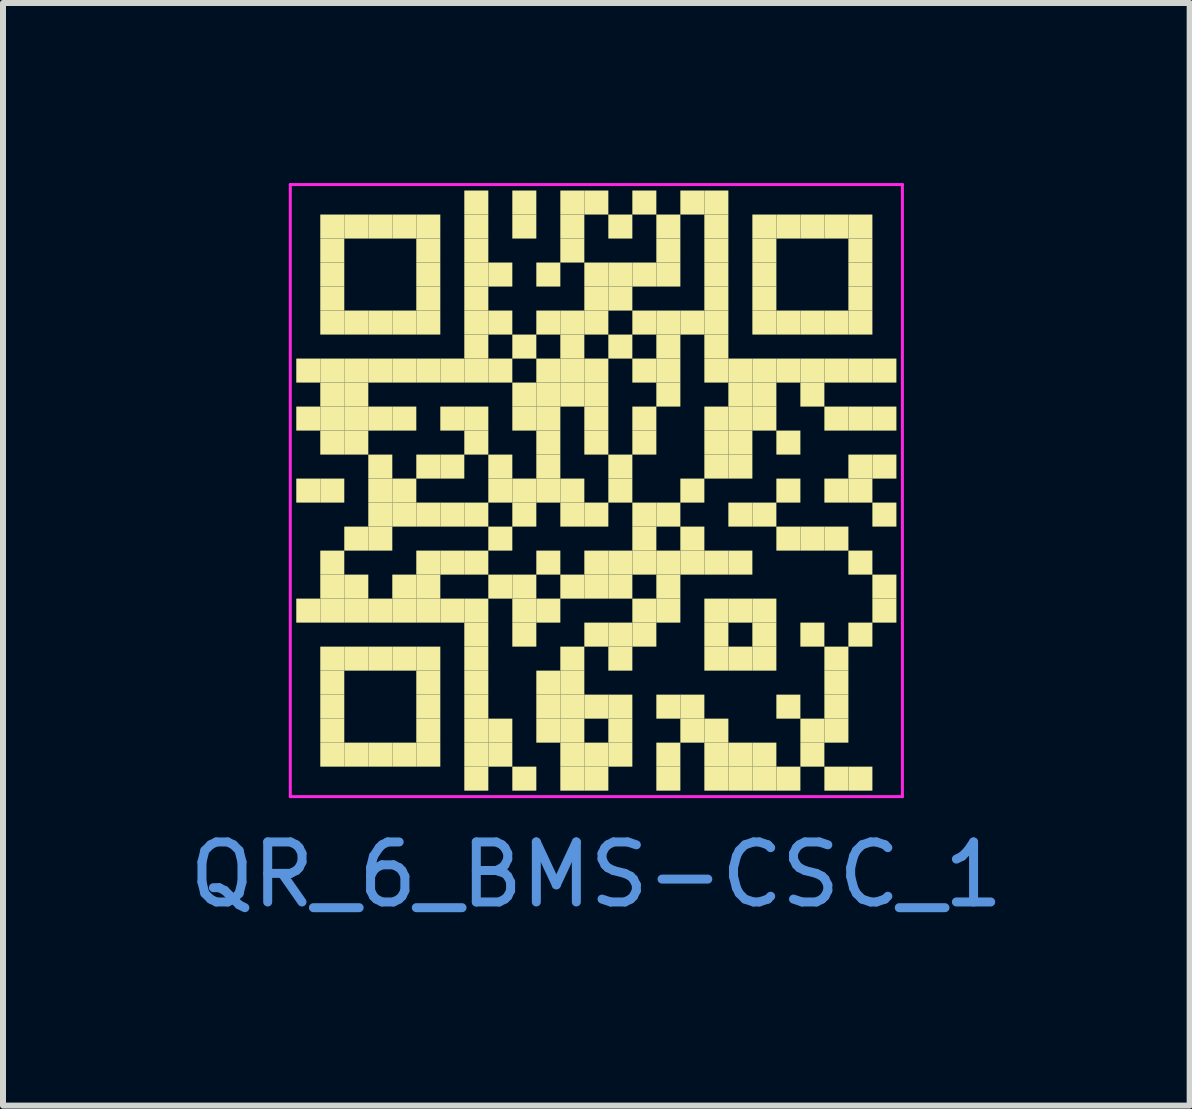
<source format=kicad_pcb>
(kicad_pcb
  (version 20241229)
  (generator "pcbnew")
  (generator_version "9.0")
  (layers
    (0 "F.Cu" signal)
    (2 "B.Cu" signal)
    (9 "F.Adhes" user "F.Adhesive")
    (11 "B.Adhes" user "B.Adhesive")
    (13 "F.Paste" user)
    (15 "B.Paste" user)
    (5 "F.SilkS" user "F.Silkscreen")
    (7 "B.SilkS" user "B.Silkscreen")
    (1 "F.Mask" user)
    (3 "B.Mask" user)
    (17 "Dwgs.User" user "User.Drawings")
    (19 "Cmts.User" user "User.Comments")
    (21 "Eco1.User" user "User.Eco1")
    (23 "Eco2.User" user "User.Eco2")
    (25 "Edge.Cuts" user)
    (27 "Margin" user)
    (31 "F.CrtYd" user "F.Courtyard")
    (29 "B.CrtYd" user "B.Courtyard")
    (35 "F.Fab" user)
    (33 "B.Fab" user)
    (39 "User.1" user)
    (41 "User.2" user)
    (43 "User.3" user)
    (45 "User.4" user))
  (footprint "QR_6_BMS-CSC_1"
    (layer "F.Cu")
    (at 6.887 5.125)
    (property "Reference" "QR_6_BMS-CSC_1" (at 0 6.4 0) (layer "Cmts.User") (effects (font (size 1 1) (thickness 0.15))))
    (fp_rect (start -5 -2.2) (end -4.6 -1.8) (stroke (width 0) (type solid)) (fill yes) (layer "F.SilkS"))
    (fp_rect (start -5 -1.4) (end -4.6 -1) (stroke (width 0) (type solid)) (fill yes) (layer "F.SilkS"))
    (fp_rect (start -5 -0.2) (end -4.6 0.2) (stroke (width 0) (type solid)) (fill yes) (layer "F.SilkS"))
    (fp_rect (start -5 1.8) (end -4.6 2.2) (stroke (width 0) (type solid)) (fill yes) (layer "F.SilkS"))
    (fp_rect (start -4.6 -4.6) (end -4.2 -4.2) (stroke (width 0) (type solid)) (fill yes) (layer "F.SilkS"))
    (fp_rect (start -4.6 -4.2) (end -4.2 -3.8) (stroke (width 0) (type solid)) (fill yes) (layer "F.SilkS"))
    (fp_rect (start -4.6 -3.8) (end -4.2 -3.4) (stroke (width 0) (type solid)) (fill yes) (layer "F.SilkS"))
    (fp_rect (start -4.6 -3.4) (end -4.2 -3) (stroke (width 0) (type solid)) (fill yes) (layer "F.SilkS"))
    (fp_rect (start -4.6 -3) (end -4.2 -2.6) (stroke (width 0) (type solid)) (fill yes) (layer "F.SilkS"))
    (fp_rect (start -4.6 -2.2) (end -4.2 -1.8) (stroke (width 0) (type solid)) (fill yes) (layer "F.SilkS"))
    (fp_rect (start -4.6 -1.8) (end -4.2 -1.4) (stroke (width 0) (type solid)) (fill yes) (layer "F.SilkS"))
    (fp_rect (start -4.6 -1.4) (end -4.2 -1) (stroke (width 0) (type solid)) (fill yes) (layer "F.SilkS"))
    (fp_rect (start -4.6 -1) (end -4.2 -0.6) (stroke (width 0) (type solid)) (fill yes) (layer "F.SilkS"))
    (fp_rect (start -4.6 -0.2) (end -4.2 0.2) (stroke (width 0) (type solid)) (fill yes) (layer "F.SilkS"))
    (fp_rect (start -4.6 1) (end -4.2 1.4) (stroke (width 0) (type solid)) (fill yes) (layer "F.SilkS"))
    (fp_rect (start -4.6 1.4) (end -4.2 1.8) (stroke (width 0) (type solid)) (fill yes) (layer "F.SilkS"))
    (fp_rect (start -4.6 1.8) (end -4.2 2.2) (stroke (width 0) (type solid)) (fill yes) (layer "F.SilkS"))
    (fp_rect (start -4.6 2.6) (end -4.2 3) (stroke (width 0) (type solid)) (fill yes) (layer "F.SilkS"))
    (fp_rect (start -4.6 3) (end -4.2 3.4) (stroke (width 0) (type solid)) (fill yes) (layer "F.SilkS"))
    (fp_rect (start -4.6 3.4) (end -4.2 3.8) (stroke (width 0) (type solid)) (fill yes) (layer "F.SilkS"))
    (fp_rect (start -4.6 3.8) (end -4.2 4.2) (stroke (width 0) (type solid)) (fill yes) (layer "F.SilkS"))
    (fp_rect (start -4.6 4.2) (end -4.2 4.6) (stroke (width 0) (type solid)) (fill yes) (layer "F.SilkS"))
    (fp_rect (start -4.2 -4.6) (end -3.8 -4.2) (stroke (width 0) (type solid)) (fill yes) (layer "F.SilkS"))
    (fp_rect (start -4.2 -3) (end -3.8 -2.6) (stroke (width 0) (type solid)) (fill yes) (layer "F.SilkS"))
    (fp_rect (start -4.2 -2.2) (end -3.8 -1.8) (stroke (width 0) (type solid)) (fill yes) (layer "F.SilkS"))
    (fp_rect (start -4.2 -1.8) (end -3.8 -1.4) (stroke (width 0) (type solid)) (fill yes) (layer "F.SilkS"))
    (fp_rect (start -4.2 -1.4) (end -3.8 -1) (stroke (width 0) (type solid)) (fill yes) (layer "F.SilkS"))
    (fp_rect (start -4.2 -1) (end -3.8 -0.6) (stroke (width 0) (type solid)) (fill yes) (layer "F.SilkS"))
    (fp_rect (start -4.2 0.6) (end -3.8 1) (stroke (width 0) (type solid)) (fill yes) (layer "F.SilkS"))
    (fp_rect (start -4.2 1.4) (end -3.8 1.8) (stroke (width 0) (type solid)) (fill yes) (layer "F.SilkS"))
    (fp_rect (start -4.2 1.8) (end -3.8 2.2) (stroke (width 0) (type solid)) (fill yes) (layer "F.SilkS"))
    (fp_rect (start -4.2 2.6) (end -3.8 3) (stroke (width 0) (type solid)) (fill yes) (layer "F.SilkS"))
    (fp_rect (start -4.2 4.2) (end -3.8 4.6) (stroke (width 0) (type solid)) (fill yes) (layer "F.SilkS"))
    (fp_rect (start -3.8 -4.6) (end -3.4 -4.2) (stroke (width 0) (type solid)) (fill yes) (layer "F.SilkS"))
    (fp_rect (start -3.8 -3) (end -3.4 -2.6) (stroke (width 0) (type solid)) (fill yes) (layer "F.SilkS"))
    (fp_rect (start -3.8 -2.2) (end -3.4 -1.8) (stroke (width 0) (type solid)) (fill yes) (layer "F.SilkS"))
    (fp_rect (start -3.8 -1.4) (end -3.4 -1) (stroke (width 0) (type solid)) (fill yes) (layer "F.SilkS"))
    (fp_rect (start -3.8 -0.6) (end -3.4 -0.2) (stroke (width 0) (type solid)) (fill yes) (layer "F.SilkS"))
    (fp_rect (start -3.8 -0.2) (end -3.4 0.2) (stroke (width 0) (type solid)) (fill yes) (layer "F.SilkS"))
    (fp_rect (start -3.8 0.2) (end -3.4 0.6) (stroke (width 0) (type solid)) (fill yes) (layer "F.SilkS"))
    (fp_rect (start -3.8 0.6) (end -3.4 1) (stroke (width 0) (type solid)) (fill yes) (layer "F.SilkS"))
    (fp_rect (start -3.8 1.8) (end -3.4 2.2) (stroke (width 0) (type solid)) (fill yes) (layer "F.SilkS"))
    (fp_rect (start -3.8 2.6) (end -3.4 3) (stroke (width 0) (type solid)) (fill yes) (layer "F.SilkS"))
    (fp_rect (start -3.8 4.2) (end -3.4 4.6) (stroke (width 0) (type solid)) (fill yes) (layer "F.SilkS"))
    (fp_rect (start -3.4 -4.6) (end -3 -4.2) (stroke (width 0) (type solid)) (fill yes) (layer "F.SilkS"))
    (fp_rect (start -3.4 -3) (end -3 -2.6) (stroke (width 0) (type solid)) (fill yes) (layer "F.SilkS"))
    (fp_rect (start -3.4 -2.2) (end -3 -1.8) (stroke (width 0) (type solid)) (fill yes) (layer "F.SilkS"))
    (fp_rect (start -3.4 -1.4) (end -3 -1) (stroke (width 0) (type solid)) (fill yes) (layer "F.SilkS"))
    (fp_rect (start -3.4 -0.2) (end -3 0.2) (stroke (width 0) (type solid)) (fill yes) (layer "F.SilkS"))
    (fp_rect (start -3.4 0.2) (end -3 0.6) (stroke (width 0) (type solid)) (fill yes) (layer "F.SilkS"))
    (fp_rect (start -3.4 1.4) (end -3 1.8) (stroke (width 0) (type solid)) (fill yes) (layer "F.SilkS"))
    (fp_rect (start -3.4 1.8) (end -3 2.2) (stroke (width 0) (type solid)) (fill yes) (layer "F.SilkS"))
    (fp_rect (start -3.4 2.6) (end -3 3) (stroke (width 0) (type solid)) (fill yes) (layer "F.SilkS"))
    (fp_rect (start -3.4 4.2) (end -3 4.6) (stroke (width 0) (type solid)) (fill yes) (layer "F.SilkS"))
    (fp_rect (start -3 -4.6) (end -2.6 -4.2) (stroke (width 0) (type solid)) (fill yes) (layer "F.SilkS"))
    (fp_rect (start -3 -4.2) (end -2.6 -3.8) (stroke (width 0) (type solid)) (fill yes) (layer "F.SilkS"))
    (fp_rect (start -3 -3.8) (end -2.6 -3.4) (stroke (width 0) (type solid)) (fill yes) (layer "F.SilkS"))
    (fp_rect (start -3 -3.4) (end -2.6 -3) (stroke (width 0) (type solid)) (fill yes) (layer "F.SilkS"))
    (fp_rect (start -3 -3) (end -2.6 -2.6) (stroke (width 0) (type solid)) (fill yes) (layer "F.SilkS"))
    (fp_rect (start -3 -2.2) (end -2.6 -1.8) (stroke (width 0) (type solid)) (fill yes) (layer "F.SilkS"))
    (fp_rect (start -3 -0.6) (end -2.6 -0.2) (stroke (width 0) (type solid)) (fill yes) (layer "F.SilkS"))
    (fp_rect (start -3 0.2) (end -2.6 0.6) (stroke (width 0) (type solid)) (fill yes) (layer "F.SilkS"))
    (fp_rect (start -3 1) (end -2.6 1.4) (stroke (width 0) (type solid)) (fill yes) (layer "F.SilkS"))
    (fp_rect (start -3 1.4) (end -2.6 1.8) (stroke (width 0) (type solid)) (fill yes) (layer "F.SilkS"))
    (fp_rect (start -3 1.8) (end -2.6 2.2) (stroke (width 0) (type solid)) (fill yes) (layer "F.SilkS"))
    (fp_rect (start -3 2.6) (end -2.6 3) (stroke (width 0) (type solid)) (fill yes) (layer "F.SilkS"))
    (fp_rect (start -3 3) (end -2.6 3.4) (stroke (width 0) (type solid)) (fill yes) (layer "F.SilkS"))
    (fp_rect (start -3 3.4) (end -2.6 3.8) (stroke (width 0) (type solid)) (fill yes) (layer "F.SilkS"))
    (fp_rect (start -3 3.8) (end -2.6 4.2) (stroke (width 0) (type solid)) (fill yes) (layer "F.SilkS"))
    (fp_rect (start -3 4.2) (end -2.6 4.6) (stroke (width 0) (type solid)) (fill yes) (layer "F.SilkS"))
    (fp_rect (start -2.6 -2.2) (end -2.2 -1.8) (stroke (width 0) (type solid)) (fill yes) (layer "F.SilkS"))
    (fp_rect (start -2.6 -1.4) (end -2.2 -1) (stroke (width 0) (type solid)) (fill yes) (layer "F.SilkS"))
    (fp_rect (start -2.6 -0.6) (end -2.2 -0.2) (stroke (width 0) (type solid)) (fill yes) (layer "F.SilkS"))
    (fp_rect (start -2.6 0.2) (end -2.2 0.6) (stroke (width 0) (type solid)) (fill yes) (layer "F.SilkS"))
    (fp_rect (start -2.6 1) (end -2.2 1.4) (stroke (width 0) (type solid)) (fill yes) (layer "F.SilkS"))
    (fp_rect (start -2.6 1.8) (end -2.2 2.2) (stroke (width 0) (type solid)) (fill yes) (layer "F.SilkS"))
    (fp_rect (start -2.2 -5) (end -1.8 -4.6) (stroke (width 0) (type solid)) (fill yes) (layer "F.SilkS"))
    (fp_rect (start -2.2 -4.6) (end -1.8 -4.2) (stroke (width 0) (type solid)) (fill yes) (layer "F.SilkS"))
    (fp_rect (start -2.2 -4.2) (end -1.8 -3.8) (stroke (width 0) (type solid)) (fill yes) (layer "F.SilkS"))
    (fp_rect (start -2.2 -3.8) (end -1.8 -3.4) (stroke (width 0) (type solid)) (fill yes) (layer "F.SilkS"))
    (fp_rect (start -2.2 -3.4) (end -1.8 -3) (stroke (width 0) (type solid)) (fill yes) (layer "F.SilkS"))
    (fp_rect (start -2.2 -3) (end -1.8 -2.6) (stroke (width 0) (type solid)) (fill yes) (layer "F.SilkS"))
    (fp_rect (start -2.2 -2.6) (end -1.8 -2.2) (stroke (width 0) (type solid)) (fill yes) (layer "F.SilkS"))
    (fp_rect (start -2.2 -2.2) (end -1.8 -1.8) (stroke (width 0) (type solid)) (fill yes) (layer "F.SilkS"))
    (fp_rect (start -2.2 -1.4) (end -1.8 -1) (stroke (width 0) (type solid)) (fill yes) (layer "F.SilkS"))
    (fp_rect (start -2.2 -1) (end -1.8 -0.6) (stroke (width 0) (type solid)) (fill yes) (layer "F.SilkS"))
    (fp_rect (start -2.2 0.2) (end -1.8 0.6) (stroke (width 0) (type solid)) (fill yes) (layer "F.SilkS"))
    (fp_rect (start -2.2 1) (end -1.8 1.4) (stroke (width 0) (type solid)) (fill yes) (layer "F.SilkS"))
    (fp_rect (start -2.2 1.8) (end -1.8 2.2) (stroke (width 0) (type solid)) (fill yes) (layer "F.SilkS"))
    (fp_rect (start -2.2 2.2) (end -1.8 2.6) (stroke (width 0) (type solid)) (fill yes) (layer "F.SilkS"))
    (fp_rect (start -2.2 2.6) (end -1.8 3) (stroke (width 0) (type solid)) (fill yes) (layer "F.SilkS"))
    (fp_rect (start -2.2 3) (end -1.8 3.4) (stroke (width 0) (type solid)) (fill yes) (layer "F.SilkS"))
    (fp_rect (start -2.2 3.4) (end -1.8 3.8) (stroke (width 0) (type solid)) (fill yes) (layer "F.SilkS"))
    (fp_rect (start -2.2 3.8) (end -1.8 4.2) (stroke (width 0) (type solid)) (fill yes) (layer "F.SilkS"))
    (fp_rect (start -2.2 4.2) (end -1.8 4.6) (stroke (width 0) (type solid)) (fill yes) (layer "F.SilkS"))
    (fp_rect (start -2.2 4.6) (end -1.8 5) (stroke (width 0) (type solid)) (fill yes) (layer "F.SilkS"))
    (fp_rect (start -1.8 -3.8) (end -1.4 -3.4) (stroke (width 0) (type solid)) (fill yes) (layer "F.SilkS"))
    (fp_rect (start -1.8 -3) (end -1.4 -2.6) (stroke (width 0) (type solid)) (fill yes) (layer "F.SilkS"))
    (fp_rect (start -1.8 -2.2) (end -1.4 -1.8) (stroke (width 0) (type solid)) (fill yes) (layer "F.SilkS"))
    (fp_rect (start -1.8 -0.6) (end -1.4 -0.2) (stroke (width 0) (type solid)) (fill yes) (layer "F.SilkS"))
    (fp_rect (start -1.8 -0.2) (end -1.4 0.2) (stroke (width 0) (type solid)) (fill yes) (layer "F.SilkS"))
    (fp_rect (start -1.8 0.6) (end -1.4 1) (stroke (width 0) (type solid)) (fill yes) (layer "F.SilkS"))
    (fp_rect (start -1.8 1.4) (end -1.4 1.8) (stroke (width 0) (type solid)) (fill yes) (layer "F.SilkS"))
    (fp_rect (start -1.8 3.8) (end -1.4 4.2) (stroke (width 0) (type solid)) (fill yes) (layer "F.SilkS"))
    (fp_rect (start -1.8 4.2) (end -1.4 4.6) (stroke (width 0) (type solid)) (fill yes) (layer "F.SilkS"))
    (fp_rect (start -1.4 -5) (end -1 -4.6) (stroke (width 0) (type solid)) (fill yes) (layer "F.SilkS"))
    (fp_rect (start -1.4 -4.6) (end -1 -4.2) (stroke (width 0) (type solid)) (fill yes) (layer "F.SilkS"))
    (fp_rect (start -1.4 -2.6) (end -1 -2.2) (stroke (width 0) (type solid)) (fill yes) (layer "F.SilkS"))
    (fp_rect (start -1.4 -1.8) (end -1 -1.4) (stroke (width 0) (type solid)) (fill yes) (layer "F.SilkS"))
    (fp_rect (start -1.4 -1.4) (end -1 -1) (stroke (width 0) (type solid)) (fill yes) (layer "F.SilkS"))
    (fp_rect (start -1.4 -0.2) (end -1 0.2) (stroke (width 0) (type solid)) (fill yes) (layer "F.SilkS"))
    (fp_rect (start -1.4 0.2) (end -1 0.6) (stroke (width 0) (type solid)) (fill yes) (layer "F.SilkS"))
    (fp_rect (start -1.4 1.4) (end -1 1.8) (stroke (width 0) (type solid)) (fill yes) (layer "F.SilkS"))
    (fp_rect (start -1.4 1.8) (end -1 2.2) (stroke (width 0) (type solid)) (fill yes) (layer "F.SilkS"))
    (fp_rect (start -1.4 2.2) (end -1 2.6) (stroke (width 0) (type solid)) (fill yes) (layer "F.SilkS"))
    (fp_rect (start -1.4 4.6) (end -1 5) (stroke (width 0) (type solid)) (fill yes) (layer "F.SilkS"))
    (fp_rect (start -1 -3.8) (end -0.6 -3.4) (stroke (width 0) (type solid)) (fill yes) (layer "F.SilkS"))
    (fp_rect (start -1 -3) (end -0.6 -2.6) (stroke (width 0) (type solid)) (fill yes) (layer "F.SilkS"))
    (fp_rect (start -1 -2.2) (end -0.6 -1.8) (stroke (width 0) (type solid)) (fill yes) (layer "F.SilkS"))
    (fp_rect (start -1 -1.8) (end -0.6 -1.4) (stroke (width 0) (type solid)) (fill yes) (layer "F.SilkS"))
    (fp_rect (start -1 -1.4) (end -0.6 -1) (stroke (width 0) (type solid)) (fill yes) (layer "F.SilkS"))
    (fp_rect (start -1 -1) (end -0.6 -0.6) (stroke (width 0) (type solid)) (fill yes) (layer "F.SilkS"))
    (fp_rect (start -1 -0.6) (end -0.6 -0.2) (stroke (width 0) (type solid)) (fill yes) (layer "F.SilkS"))
    (fp_rect (start -1 -0.2) (end -0.6 0.2) (stroke (width 0) (type solid)) (fill yes) (layer "F.SilkS"))
    (fp_rect (start -1 1) (end -0.6 1.4) (stroke (width 0) (type solid)) (fill yes) (layer "F.SilkS"))
    (fp_rect (start -1 1.8) (end -0.6 2.2) (stroke (width 0) (type solid)) (fill yes) (layer "F.SilkS"))
    (fp_rect (start -1 3) (end -0.6 3.4) (stroke (width 0) (type solid)) (fill yes) (layer "F.SilkS"))
    (fp_rect (start -1 3.4) (end -0.6 3.8) (stroke (width 0) (type solid)) (fill yes) (layer "F.SilkS"))
    (fp_rect (start -1 3.8) (end -0.6 4.2) (stroke (width 0) (type solid)) (fill yes) (layer "F.SilkS"))
    (fp_rect (start -0.6 -5) (end -0.2 -4.6) (stroke (width 0) (type solid)) (fill yes) (layer "F.SilkS"))
    (fp_rect (start -0.6 -4.6) (end -0.2 -4.2) (stroke (width 0) (type solid)) (fill yes) (layer "F.SilkS"))
    (fp_rect (start -0.6 -4.2) (end -0.2 -3.8) (stroke (width 0) (type solid)) (fill yes) (layer "F.SilkS"))
    (fp_rect (start -0.6 -3) (end -0.2 -2.6) (stroke (width 0) (type solid)) (fill yes) (layer "F.SilkS"))
    (fp_rect (start -0.6 -2.6) (end -0.2 -2.2) (stroke (width 0) (type solid)) (fill yes) (layer "F.SilkS"))
    (fp_rect (start -0.6 -2.2) (end -0.2 -1.8) (stroke (width 0) (type solid)) (fill yes) (layer "F.SilkS"))
    (fp_rect (start -0.6 -1.8) (end -0.2 -1.4) (stroke (width 0) (type solid)) (fill yes) (layer "F.SilkS"))
    (fp_rect (start -0.6 -0.2) (end -0.2 0.2) (stroke (width 0) (type solid)) (fill yes) (layer "F.SilkS"))
    (fp_rect (start -0.6 0.2) (end -0.2 0.6) (stroke (width 0) (type solid)) (fill yes) (layer "F.SilkS"))
    (fp_rect (start -0.6 1.4) (end -0.2 1.8) (stroke (width 0) (type solid)) (fill yes) (layer "F.SilkS"))
    (fp_rect (start -0.6 2.6) (end -0.2 3) (stroke (width 0) (type solid)) (fill yes) (layer "F.SilkS"))
    (fp_rect (start -0.6 3) (end -0.2 3.4) (stroke (width 0) (type solid)) (fill yes) (layer "F.SilkS"))
    (fp_rect (start -0.6 3.4) (end -0.2 3.8) (stroke (width 0) (type solid)) (fill yes) (layer "F.SilkS"))
    (fp_rect (start -0.6 3.8) (end -0.2 4.2) (stroke (width 0) (type solid)) (fill yes) (layer "F.SilkS"))
    (fp_rect (start -0.6 4.2) (end -0.2 4.6) (stroke (width 0) (type solid)) (fill yes) (layer "F.SilkS"))
    (fp_rect (start -0.6 4.6) (end -0.2 5) (stroke (width 0) (type solid)) (fill yes) (layer "F.SilkS"))
    (fp_rect (start -0.2 -5) (end 0.2 -4.6) (stroke (width 0) (type solid)) (fill yes) (layer "F.SilkS"))
    (fp_rect (start -0.2 -3.8) (end 0.2 -3.4) (stroke (width 0) (type solid)) (fill yes) (layer "F.SilkS"))
    (fp_rect (start -0.2 -3.4) (end 0.2 -3) (stroke (width 0) (type solid)) (fill yes) (layer "F.SilkS"))
    (fp_rect (start -0.2 -3) (end 0.2 -2.6) (stroke (width 0) (type solid)) (fill yes) (layer "F.SilkS"))
    (fp_rect (start -0.2 -2.2) (end 0.2 -1.8) (stroke (width 0) (type solid)) (fill yes) (layer "F.SilkS"))
    (fp_rect (start -0.2 -1.8) (end 0.2 -1.4) (stroke (width 0) (type solid)) (fill yes) (layer "F.SilkS"))
    (fp_rect (start -0.2 -1.4) (end 0.2 -1) (stroke (width 0) (type solid)) (fill yes) (layer "F.SilkS"))
    (fp_rect (start -0.2 -1) (end 0.2 -0.6) (stroke (width 0) (type solid)) (fill yes) (layer "F.SilkS"))
    (fp_rect (start -0.2 0.2) (end 0.2 0.6) (stroke (width 0) (type solid)) (fill yes) (layer "F.SilkS"))
    (fp_rect (start -0.2 1) (end 0.2 1.4) (stroke (width 0) (type solid)) (fill yes) (layer "F.SilkS"))
    (fp_rect (start -0.2 1.4) (end 0.2 1.8) (stroke (width 0) (type solid)) (fill yes) (layer "F.SilkS"))
    (fp_rect (start -0.2 2.2) (end 0.2 2.6) (stroke (width 0) (type solid)) (fill yes) (layer "F.SilkS"))
    (fp_rect (start -0.2 3.4) (end 0.2 3.8) (stroke (width 0) (type solid)) (fill yes) (layer "F.SilkS"))
    (fp_rect (start -0.2 4.2) (end 0.2 4.6) (stroke (width 0) (type solid)) (fill yes) (layer "F.SilkS"))
    (fp_rect (start -0.2 4.6) (end 0.2 5) (stroke (width 0) (type solid)) (fill yes) (layer "F.SilkS"))
    (fp_rect (start 0.2 -4.6) (end 0.6 -4.2) (stroke (width 0) (type solid)) (fill yes) (layer "F.SilkS"))
    (fp_rect (start 0.2 -3.8) (end 0.6 -3.4) (stroke (width 0) (type solid)) (fill yes) (layer "F.SilkS"))
    (fp_rect (start 0.2 -3.4) (end 0.6 -3) (stroke (width 0) (type solid)) (fill yes) (layer "F.SilkS"))
    (fp_rect (start 0.2 -2.6) (end 0.6 -2.2) (stroke (width 0) (type solid)) (fill yes) (layer "F.SilkS"))
    (fp_rect (start 0.2 -0.6) (end 0.6 -0.2) (stroke (width 0) (type solid)) (fill yes) (layer "F.SilkS"))
    (fp_rect (start 0.2 -0.2) (end 0.6 0.2) (stroke (width 0) (type solid)) (fill yes) (layer "F.SilkS"))
    (fp_rect (start 0.2 1) (end 0.6 1.4) (stroke (width 0) (type solid)) (fill yes) (layer "F.SilkS"))
    (fp_rect (start 0.2 1.4) (end 0.6 1.8) (stroke (width 0) (type solid)) (fill yes) (layer "F.SilkS"))
    (fp_rect (start 0.2 2.2) (end 0.6 2.6) (stroke (width 0) (type solid)) (fill yes) (layer "F.SilkS"))
    (fp_rect (start 0.2 2.6) (end 0.6 3) (stroke (width 0) (type solid)) (fill yes) (layer "F.SilkS"))
    (fp_rect (start 0.2 3.4) (end 0.6 3.8) (stroke (width 0) (type solid)) (fill yes) (layer "F.SilkS"))
    (fp_rect (start 0.2 3.8) (end 0.6 4.2) (stroke (width 0) (type solid)) (fill yes) (layer "F.SilkS"))
    (fp_rect (start 0.2 4.2) (end 0.6 4.6) (stroke (width 0) (type solid)) (fill yes) (layer "F.SilkS"))
    (fp_rect (start 0.6 -5) (end 1 -4.6) (stroke (width 0) (type solid)) (fill yes) (layer "F.SilkS"))
    (fp_rect (start 0.6 -3.8) (end 1 -3.4) (stroke (width 0) (type solid)) (fill yes) (layer "F.SilkS"))
    (fp_rect (start 0.6 -3) (end 1 -2.6) (stroke (width 0) (type solid)) (fill yes) (layer "F.SilkS"))
    (fp_rect (start 0.6 -2.2) (end 1 -1.8) (stroke (width 0) (type solid)) (fill yes) (layer "F.SilkS"))
    (fp_rect (start 0.6 -1.4) (end 1 -1) (stroke (width 0) (type solid)) (fill yes) (layer "F.SilkS"))
    (fp_rect (start 0.6 -1) (end 1 -0.6) (stroke (width 0) (type solid)) (fill yes) (layer "F.SilkS"))
    (fp_rect (start 0.6 0.2) (end 1 0.6) (stroke (width 0) (type solid)) (fill yes) (layer "F.SilkS"))
    (fp_rect (start 0.6 0.6) (end 1 1) (stroke (width 0) (type solid)) (fill yes) (layer "F.SilkS"))
    (fp_rect (start 0.6 1) (end 1 1.4) (stroke (width 0) (type solid)) (fill yes) (layer "F.SilkS"))
    (fp_rect (start 0.6 1.8) (end 1 2.2) (stroke (width 0) (type solid)) (fill yes) (layer "F.SilkS"))
    (fp_rect (start 0.6 2.2) (end 1 2.6) (stroke (width 0) (type solid)) (fill yes) (layer "F.SilkS"))
    (fp_rect (start 1 -4.6) (end 1.4 -4.2) (stroke (width 0) (type solid)) (fill yes) (layer "F.SilkS"))
    (fp_rect (start 1 -4.2) (end 1.4 -3.8) (stroke (width 0) (type solid)) (fill yes) (layer "F.SilkS"))
    (fp_rect (start 1 -3.8) (end 1.4 -3.4) (stroke (width 0) (type solid)) (fill yes) (layer "F.SilkS"))
    (fp_rect (start 1 -3) (end 1.4 -2.6) (stroke (width 0) (type solid)) (fill yes) (layer "F.SilkS"))
    (fp_rect (start 1 -2.6) (end 1.4 -2.2) (stroke (width 0) (type solid)) (fill yes) (layer "F.SilkS"))
    (fp_rect (start 1 -2.2) (end 1.4 -1.8) (stroke (width 0) (type solid)) (fill yes) (layer "F.SilkS"))
    (fp_rect (start 1 -1.8) (end 1.4 -1.4) (stroke (width 0) (type solid)) (fill yes) (layer "F.SilkS"))
    (fp_rect (start 1 0.2) (end 1.4 0.6) (stroke (width 0) (type solid)) (fill yes) (layer "F.SilkS"))
    (fp_rect (start 1 1) (end 1.4 1.4) (stroke (width 0) (type solid)) (fill yes) (layer "F.SilkS"))
    (fp_rect (start 1 1.4) (end 1.4 1.8) (stroke (width 0) (type solid)) (fill yes) (layer "F.SilkS"))
    (fp_rect (start 1 1.8) (end 1.4 2.2) (stroke (width 0) (type solid)) (fill yes) (layer "F.SilkS"))
    (fp_rect (start 1 3.4) (end 1.4 3.8) (stroke (width 0) (type solid)) (fill yes) (layer "F.SilkS"))
    (fp_rect (start 1 4.2) (end 1.4 4.6) (stroke (width 0) (type solid)) (fill yes) (layer "F.SilkS"))
    (fp_rect (start 1 4.6) (end 1.4 5) (stroke (width 0) (type solid)) (fill yes) (layer "F.SilkS"))
    (fp_rect (start 1.4 -5) (end 1.8 -4.6) (stroke (width 0) (type solid)) (fill yes) (layer "F.SilkS"))
    (fp_rect (start 1.4 -3) (end 1.8 -2.6) (stroke (width 0) (type solid)) (fill yes) (layer "F.SilkS"))
    (fp_rect (start 1.4 -0.2) (end 1.8 0.2) (stroke (width 0) (type solid)) (fill yes) (layer "F.SilkS"))
    (fp_rect (start 1.4 0.6) (end 1.8 1) (stroke (width 0) (type solid)) (fill yes) (layer "F.SilkS"))
    (fp_rect (start 1.4 1) (end 1.8 1.4) (stroke (width 0) (type solid)) (fill yes) (layer "F.SilkS"))
    (fp_rect (start 1.4 3.4) (end 1.8 3.8) (stroke (width 0) (type solid)) (fill yes) (layer "F.SilkS"))
    (fp_rect (start 1.4 3.8) (end 1.8 4.2) (stroke (width 0) (type solid)) (fill yes) (layer "F.SilkS"))
    (fp_rect (start 1.8 -5) (end 2.2 -4.6) (stroke (width 0) (type solid)) (fill yes) (layer "F.SilkS"))
    (fp_rect (start 1.8 -4.6) (end 2.2 -4.2) (stroke (width 0) (type solid)) (fill yes) (layer "F.SilkS"))
    (fp_rect (start 1.8 -4.2) (end 2.2 -3.8) (stroke (width 0) (type solid)) (fill yes) (layer "F.SilkS"))
    (fp_rect (start 1.8 -3.8) (end 2.2 -3.4) (stroke (width 0) (type solid)) (fill yes) (layer "F.SilkS"))
    (fp_rect (start 1.8 -3.4) (end 2.2 -3) (stroke (width 0) (type solid)) (fill yes) (layer "F.SilkS"))
    (fp_rect (start 1.8 -3) (end 2.2 -2.6) (stroke (width 0) (type solid)) (fill yes) (layer "F.SilkS"))
    (fp_rect (start 1.8 -2.6) (end 2.2 -2.2) (stroke (width 0) (type solid)) (fill yes) (layer "F.SilkS"))
    (fp_rect (start 1.8 -2.2) (end 2.2 -1.8) (stroke (width 0) (type solid)) (fill yes) (layer "F.SilkS"))
    (fp_rect (start 1.8 -1.4) (end 2.2 -1) (stroke (width 0) (type solid)) (fill yes) (layer "F.SilkS"))
    (fp_rect (start 1.8 -1) (end 2.2 -0.6) (stroke (width 0) (type solid)) (fill yes) (layer "F.SilkS"))
    (fp_rect (start 1.8 -0.6) (end 2.2 -0.2) (stroke (width 0) (type solid)) (fill yes) (layer "F.SilkS"))
    (fp_rect (start 1.8 1) (end 2.2 1.4) (stroke (width 0) (type solid)) (fill yes) (layer "F.SilkS"))
    (fp_rect (start 1.8 1.8) (end 2.2 2.2) (stroke (width 0) (type solid)) (fill yes) (layer "F.SilkS"))
    (fp_rect (start 1.8 2.2) (end 2.2 2.6) (stroke (width 0) (type solid)) (fill yes) (layer "F.SilkS"))
    (fp_rect (start 1.8 2.6) (end 2.2 3) (stroke (width 0) (type solid)) (fill yes) (layer "F.SilkS"))
    (fp_rect (start 1.8 3.8) (end 2.2 4.2) (stroke (width 0) (type solid)) (fill yes) (layer "F.SilkS"))
    (fp_rect (start 1.8 4.2) (end 2.2 4.6) (stroke (width 0) (type solid)) (fill yes) (layer "F.SilkS"))
    (fp_rect (start 1.8 4.6) (end 2.2 5) (stroke (width 0) (type solid)) (fill yes) (layer "F.SilkS"))
    (fp_rect (start 2.2 -2.2) (end 2.6 -1.8) (stroke (width 0) (type solid)) (fill yes) (layer "F.SilkS"))
    (fp_rect (start 2.2 -1.8) (end 2.6 -1.4) (stroke (width 0) (type solid)) (fill yes) (layer "F.SilkS"))
    (fp_rect (start 2.2 -1.4) (end 2.6 -1) (stroke (width 0) (type solid)) (fill yes) (layer "F.SilkS"))
    (fp_rect (start 2.2 -1) (end 2.6 -0.6) (stroke (width 0) (type solid)) (fill yes) (layer "F.SilkS"))
    (fp_rect (start 2.2 -0.6) (end 2.6 -0.2) (stroke (width 0) (type solid)) (fill yes) (layer "F.SilkS"))
    (fp_rect (start 2.2 0.2) (end 2.6 0.6) (stroke (width 0) (type solid)) (fill yes) (layer "F.SilkS"))
    (fp_rect (start 2.2 1) (end 2.6 1.4) (stroke (width 0) (type solid)) (fill yes) (layer "F.SilkS"))
    (fp_rect (start 2.2 1.8) (end 2.6 2.2) (stroke (width 0) (type solid)) (fill yes) (layer "F.SilkS"))
    (fp_rect (start 2.2 2.6) (end 2.6 3) (stroke (width 0) (type solid)) (fill yes) (layer "F.SilkS"))
    (fp_rect (start 2.2 4.2) (end 2.6 4.6) (stroke (width 0) (type solid)) (fill yes) (layer "F.SilkS"))
    (fp_rect (start 2.2 4.6) (end 2.6 5) (stroke (width 0) (type solid)) (fill yes) (layer "F.SilkS"))
    (fp_rect (start 2.6 -4.6) (end 3 -4.2) (stroke (width 0) (type solid)) (fill yes) (layer "F.SilkS"))
    (fp_rect (start 2.6 -4.2) (end 3 -3.8) (stroke (width 0) (type solid)) (fill yes) (layer "F.SilkS"))
    (fp_rect (start 2.6 -3.8) (end 3 -3.4) (stroke (width 0) (type solid)) (fill yes) (layer "F.SilkS"))
    (fp_rect (start 2.6 -3.4) (end 3 -3) (stroke (width 0) (type solid)) (fill yes) (layer "F.SilkS"))
    (fp_rect (start 2.6 -3) (end 3 -2.6) (stroke (width 0) (type solid)) (fill yes) (layer "F.SilkS"))
    (fp_rect (start 2.6 -2.2) (end 3 -1.8) (stroke (width 0) (type solid)) (fill yes) (layer "F.SilkS"))
    (fp_rect (start 2.6 -1.8) (end 3 -1.4) (stroke (width 0) (type solid)) (fill yes) (layer "F.SilkS"))
    (fp_rect (start 2.6 -1.4) (end 3 -1) (stroke (width 0) (type solid)) (fill yes) (layer "F.SilkS"))
    (fp_rect (start 2.6 0.2) (end 3 0.6) (stroke (width 0) (type solid)) (fill yes) (layer "F.SilkS"))
    (fp_rect (start 2.6 1.8) (end 3 2.2) (stroke (width 0) (type solid)) (fill yes) (layer "F.SilkS"))
    (fp_rect (start 2.6 2.2) (end 3 2.6) (stroke (width 0) (type solid)) (fill yes) (layer "F.SilkS"))
    (fp_rect (start 2.6 2.6) (end 3 3) (stroke (width 0) (type solid)) (fill yes) (layer "F.SilkS"))
    (fp_rect (start 2.6 4.2) (end 3 4.6) (stroke (width 0) (type solid)) (fill yes) (layer "F.SilkS"))
    (fp_rect (start 2.6 4.6) (end 3 5) (stroke (width 0) (type solid)) (fill yes) (layer "F.SilkS"))
    (fp_rect (start 3 -4.6) (end 3.4 -4.2) (stroke (width 0) (type solid)) (fill yes) (layer "F.SilkS"))
    (fp_rect (start 3 -3) (end 3.4 -2.6) (stroke (width 0) (type solid)) (fill yes) (layer "F.SilkS"))
    (fp_rect (start 3 -2.2) (end 3.4 -1.8) (stroke (width 0) (type solid)) (fill yes) (layer "F.SilkS"))
    (fp_rect (start 3 -1) (end 3.4 -0.6) (stroke (width 0) (type solid)) (fill yes) (layer "F.SilkS"))
    (fp_rect (start 3 -0.2) (end 3.4 0.2) (stroke (width 0) (type solid)) (fill yes) (layer "F.SilkS"))
    (fp_rect (start 3 0.6) (end 3.4 1) (stroke (width 0) (type solid)) (fill yes) (layer "F.SilkS"))
    (fp_rect (start 3 3.4) (end 3.4 3.8) (stroke (width 0) (type solid)) (fill yes) (layer "F.SilkS"))
    (fp_rect (start 3 4.6) (end 3.4 5) (stroke (width 0) (type solid)) (fill yes) (layer "F.SilkS"))
    (fp_rect (start 3.4 -4.6) (end 3.8 -4.2) (stroke (width 0) (type solid)) (fill yes) (layer "F.SilkS"))
    (fp_rect (start 3.4 -3) (end 3.8 -2.6) (stroke (width 0) (type solid)) (fill yes) (layer "F.SilkS"))
    (fp_rect (start 3.4 -2.2) (end 3.8 -1.8) (stroke (width 0) (type solid)) (fill yes) (layer "F.SilkS"))
    (fp_rect (start 3.4 -1.8) (end 3.8 -1.4) (stroke (width 0) (type solid)) (fill yes) (layer "F.SilkS"))
    (fp_rect (start 3.4 0.6) (end 3.8 1) (stroke (width 0) (type solid)) (fill yes) (layer "F.SilkS"))
    (fp_rect (start 3.4 2.2) (end 3.8 2.6) (stroke (width 0) (type solid)) (fill yes) (layer "F.SilkS"))
    (fp_rect (start 3.4 3.8) (end 3.8 4.2) (stroke (width 0) (type solid)) (fill yes) (layer "F.SilkS"))
    (fp_rect (start 3.4 4.2) (end 3.8 4.6) (stroke (width 0) (type solid)) (fill yes) (layer "F.SilkS"))
    (fp_rect (start 3.8 -4.6) (end 4.2 -4.2) (stroke (width 0) (type solid)) (fill yes) (layer "F.SilkS"))
    (fp_rect (start 3.8 -3) (end 4.2 -2.6) (stroke (width 0) (type solid)) (fill yes) (layer "F.SilkS"))
    (fp_rect (start 3.8 -2.2) (end 4.2 -1.8) (stroke (width 0) (type solid)) (fill yes) (layer "F.SilkS"))
    (fp_rect (start 3.8 -1.4) (end 4.2 -1) (stroke (width 0) (type solid)) (fill yes) (layer "F.SilkS"))
    (fp_rect (start 3.8 -0.2) (end 4.2 0.2) (stroke (width 0) (type solid)) (fill yes) (layer "F.SilkS"))
    (fp_rect (start 3.8 0.6) (end 4.2 1) (stroke (width 0) (type solid)) (fill yes) (layer "F.SilkS"))
    (fp_rect (start 3.8 2.6) (end 4.2 3) (stroke (width 0) (type solid)) (fill yes) (layer "F.SilkS"))
    (fp_rect (start 3.8 3) (end 4.2 3.4) (stroke (width 0) (type solid)) (fill yes) (layer "F.SilkS"))
    (fp_rect (start 3.8 3.4) (end 4.2 3.8) (stroke (width 0) (type solid)) (fill yes) (layer "F.SilkS"))
    (fp_rect (start 3.8 3.8) (end 4.2 4.2) (stroke (width 0) (type solid)) (fill yes) (layer "F.SilkS"))
    (fp_rect (start 3.8 4.6) (end 4.2 5) (stroke (width 0) (type solid)) (fill yes) (layer "F.SilkS"))
    (fp_rect (start 4.2 -4.6) (end 4.6 -4.2) (stroke (width 0) (type solid)) (fill yes) (layer "F.SilkS"))
    (fp_rect (start 4.2 -4.2) (end 4.6 -3.8) (stroke (width 0) (type solid)) (fill yes) (layer "F.SilkS"))
    (fp_rect (start 4.2 -3.8) (end 4.6 -3.4) (stroke (width 0) (type solid)) (fill yes) (layer "F.SilkS"))
    (fp_rect (start 4.2 -3.4) (end 4.6 -3) (stroke (width 0) (type solid)) (fill yes) (layer "F.SilkS"))
    (fp_rect (start 4.2 -3) (end 4.6 -2.6) (stroke (width 0) (type solid)) (fill yes) (layer "F.SilkS"))
    (fp_rect (start 4.2 -2.2) (end 4.6 -1.8) (stroke (width 0) (type solid)) (fill yes) (layer "F.SilkS"))
    (fp_rect (start 4.2 -1.4) (end 4.6 -1) (stroke (width 0) (type solid)) (fill yes) (layer "F.SilkS"))
    (fp_rect (start 4.2 -0.6) (end 4.6 -0.2) (stroke (width 0) (type solid)) (fill yes) (layer "F.SilkS"))
    (fp_rect (start 4.2 -0.2) (end 4.6 0.2) (stroke (width 0) (type solid)) (fill yes) (layer "F.SilkS"))
    (fp_rect (start 4.2 1) (end 4.6 1.4) (stroke (width 0) (type solid)) (fill yes) (layer "F.SilkS"))
    (fp_rect (start 4.2 2.2) (end 4.6 2.6) (stroke (width 0) (type solid)) (fill yes) (layer "F.SilkS"))
    (fp_rect (start 4.2 4.6) (end 4.6 5) (stroke (width 0) (type solid)) (fill yes) (layer "F.SilkS"))
    (fp_rect (start 4.6 -2.2) (end 5 -1.8) (stroke (width 0) (type solid)) (fill yes) (layer "F.SilkS"))
    (fp_rect (start 4.6 -1.4) (end 5 -1) (stroke (width 0) (type solid)) (fill yes) (layer "F.SilkS"))
    (fp_rect (start 4.6 -0.6) (end 5 -0.2) (stroke (width 0) (type solid)) (fill yes) (layer "F.SilkS"))
    (fp_rect (start 4.6 0.2) (end 5 0.6) (stroke (width 0) (type solid)) (fill yes) (layer "F.SilkS"))
    (fp_rect (start 4.6 1.4) (end 5 1.8) (stroke (width 0) (type solid)) (fill yes) (layer "F.SilkS"))
    (fp_rect (start 4.6 1.8) (end 5 2.2) (stroke (width 0) (type solid)) (fill yes) (layer "F.SilkS"))
    (fp_line (start -5.1 -5.1) (end 5.1 -5.1) (stroke (width 0.05) (type solid)) (layer "F.CrtYd"))
    (fp_line (start -5.1 5.1) (end -5.1 -5.1) (stroke (width 0.05) (type solid)) (layer "F.CrtYd"))
    (fp_line (start 5.1 -5.1) (end 5.1 5.1) (stroke (width 0.05) (type solid)) (layer "F.CrtYd"))
    (fp_line (start 5.1 5.1) (end -5.1 5.1) (stroke (width 0.05) (type solid)) (layer "F.CrtYd")))
  (gr_rect
    (start -3 -3)
    (end 16.774 15.373)
    (stroke (width 0.1) (type default))
    (fill no)
    (layer "Edge.Cuts")))
</source>
